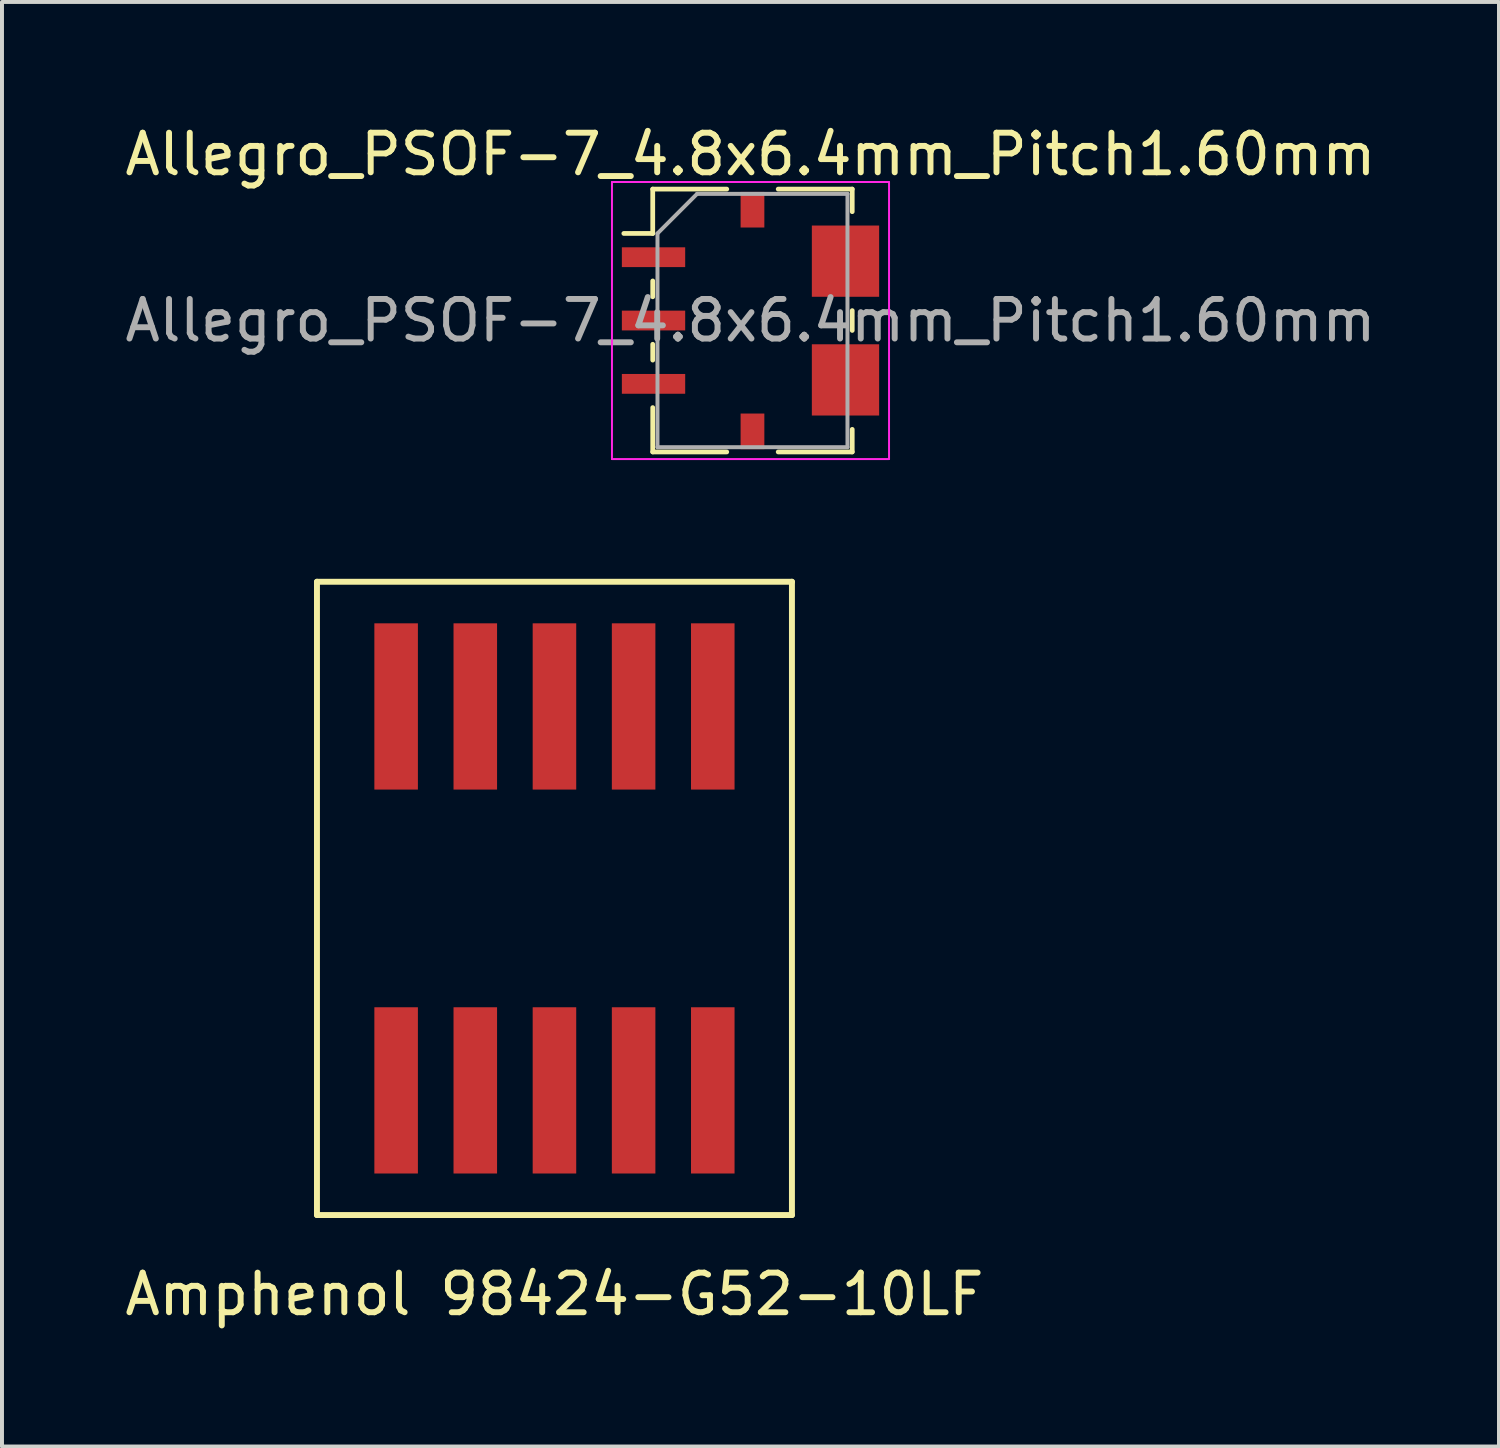
<source format=kicad_pcb>
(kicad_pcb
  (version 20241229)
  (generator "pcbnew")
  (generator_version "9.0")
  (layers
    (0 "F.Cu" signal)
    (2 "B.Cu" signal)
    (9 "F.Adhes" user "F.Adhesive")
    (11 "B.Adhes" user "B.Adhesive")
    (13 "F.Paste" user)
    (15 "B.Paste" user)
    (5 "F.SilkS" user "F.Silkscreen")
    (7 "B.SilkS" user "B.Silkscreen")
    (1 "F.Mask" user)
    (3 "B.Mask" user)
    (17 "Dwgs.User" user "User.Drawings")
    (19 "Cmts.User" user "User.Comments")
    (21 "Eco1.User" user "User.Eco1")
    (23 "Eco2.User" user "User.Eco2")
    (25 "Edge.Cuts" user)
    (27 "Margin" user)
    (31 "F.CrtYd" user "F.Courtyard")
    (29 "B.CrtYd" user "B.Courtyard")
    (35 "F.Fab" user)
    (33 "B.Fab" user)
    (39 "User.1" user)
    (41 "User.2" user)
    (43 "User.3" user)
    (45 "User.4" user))
  (footprint "Allegro_PSOF-7_4.8x6.4mm_Pitch1.60mm"
    (layer "F.Cu")
    (at 15.911 5.048)
    (property "Reference" "Allegro_PSOF-7_4.8x6.4mm_Pitch1.60mm" (at 0 -4.2 0) (layer "F.SilkS") (effects (font (size 1 1) (thickness 0.15))))
    (attr smd)
    (fp_line (start -2.47 -3.32) (end -2.47 -2.2) (stroke (width 0.12) (type solid)) (layer "F.SilkS"))
    (fp_line (start -2.47 -2.2) (end -3.2 -2.2) (stroke (width 0.12) (type solid)) (layer "F.SilkS"))
    (fp_line (start -2.47 -0.6) (end -2.47 -1) (stroke (width 0.12) (type solid)) (layer "F.SilkS"))
    (fp_line (start -2.47 0.6) (end -2.47 1) (stroke (width 0.12) (type solid)) (layer "F.SilkS"))
    (fp_line (start -2.47 3.32) (end -2.47 2.2) (stroke (width 0.12) (type solid)) (layer "F.SilkS"))
    (fp_line (start -0.6 -3.32) (end -2.47 -3.32) (stroke (width 0.12) (type solid)) (layer "F.SilkS"))
    (fp_line (start -0.6 3.32) (end -2.47 3.32) (stroke (width 0.12) (type solid)) (layer "F.SilkS"))
    (fp_line (start 2.57 -3.32) (end 0.7 -3.32) (stroke (width 0.12) (type solid)) (layer "F.SilkS"))
    (fp_line (start 2.57 -3.32) (end 2.57 -2.75) (stroke (width 0.12) (type solid)) (layer "F.SilkS"))
    (fp_line (start 2.57 0.25) (end 2.57 -0.25) (stroke (width 0.12) (type solid)) (layer "F.SilkS"))
    (fp_line (start 2.57 3.32) (end 0.7 3.32) (stroke (width 0.12) (type solid)) (layer "F.SilkS"))
    (fp_line (start 2.57 3.32) (end 2.57 2.75) (stroke (width 0.12) (type solid)) (layer "F.SilkS"))
    (fp_line (start -3.5 -3.5) (end 3.5 -3.5) (stroke (width 0.05) (type solid)) (layer "F.CrtYd"))
    (fp_line (start -3.5 3.5) (end -3.5 -3.5) (stroke (width 0.05) (type solid)) (layer "F.CrtYd"))
    (fp_line (start 3.5 -3.5) (end 3.5 3.5) (stroke (width 0.05) (type solid)) (layer "F.CrtYd"))
    (fp_line (start 3.5 3.5) (end -3.5 3.5) (stroke (width 0.05) (type solid)) (layer "F.CrtYd"))
    (fp_line (start -2.35 3.2) (end -2.35 -2.2) (stroke (width 0.1) (type solid)) (layer "F.Fab"))
    (fp_line (start -1.35 -3.2) (end -2.35 -2.2) (stroke (width 0.1) (type solid)) (layer "F.Fab"))
    (fp_line (start -1.35 -3.2) (end 2.45 -3.2) (stroke (width 0.1) (type solid)) (layer "F.Fab"))
    (fp_line (start 2.45 -3.2) (end 2.45 3.2) (stroke (width 0.1) (type solid)) (layer "F.Fab"))
    (fp_line (start 2.45 3.2) (end -2.35 3.2) (stroke (width 0.1) (type solid)) (layer "F.Fab"))
    (fp_text user "${REFERENCE}" (at 0 0 0) (layer "F.Fab") (effects (font (size 1 1) (thickness 0.15))))
    (pad "1" smd rect (at -2.45 -1.6) (size 1.6 0.5) (layers "F.Cu" "F.Mask" "F.Paste"))
    (pad "2" smd rect (at -2.45 0) (size 1.6 0.5) (layers "F.Cu" "F.Mask" "F.Paste"))
    (pad "3" smd rect (at -2.45 1.6) (size 1.6 0.5) (layers "F.Cu" "F.Mask" "F.Paste"))
    (pad "4" smd rect (at 0.05 2.8) (size 0.6 0.9) (layers "F.Cu" "F.Mask" "F.Paste"))
    (pad "5" smd rect (at 2.4 1.5) (size 1.7 1.8) (layers "F.Cu" "F.Mask" "F.Paste"))
    (pad "6" smd rect (at 2.4 -1.5) (size 1.7 1.8) (layers "F.Cu" "F.Mask" "F.Paste"))
    (pad "7" smd rect (at 0.05 -2.8) (size 0.6 0.9) (layers "F.Cu" "F.Mask" "F.Paste")))
  (footprint "Amphenol 98424-G52-10LF"
    (layer "F.Cu")
    (at 10.958 19.648)
    (property "Reference" "Amphenol 98424-G52-10LF" (at 0 10 0) (layer "F.SilkS") (effects (font (size 1 1) (thickness 0.15))))
    (attr through_hole)
    (fp_line (start -6 -8) (end 6 -8) (stroke (width 0.15) (type solid)) (layer "F.SilkS"))
    (fp_line (start -6 8) (end -6 -8) (stroke (width 0.15) (type solid)) (layer "F.SilkS"))
    (fp_line (start 6 -8) (end 6 8) (stroke (width 0.15) (type solid)) (layer "F.SilkS"))
    (fp_line (start 6 8) (end -6 8) (stroke (width 0.15) (type solid)) (layer "F.SilkS"))
    (pad "1" smd rect (at 4 -4.85) (size 1.1 4.2) (layers "F.Cu" "F.Mask" "F.Paste"))
    (pad "2" smd rect (at 4 4.85) (size 1.1 4.2) (layers "F.Cu" "F.Mask" "F.Paste"))
    (pad "3" smd rect (at 2 -4.85) (size 1.1 4.2) (layers "F.Cu" "F.Mask" "F.Paste"))
    (pad "4" smd rect (at 2 4.85) (size 1.1 4.2) (layers "F.Cu" "F.Mask" "F.Paste"))
    (pad "5" smd rect (at 0 -4.85) (size 1.1 4.2) (layers "F.Cu" "F.Mask" "F.Paste"))
    (pad "6" smd rect (at 0 4.85) (size 1.1 4.2) (layers "F.Cu" "F.Mask" "F.Paste"))
    (pad "7" smd rect (at -2 -4.85) (size 1.1 4.2) (layers "F.Cu" "F.Mask" "F.Paste"))
    (pad "8" smd rect (at -2 4.85) (size 1.1 4.2) (layers "F.Cu" "F.Mask" "F.Paste"))
    (pad "9" smd rect (at -4 -4.85) (size 1.1 4.2) (layers "F.Cu" "F.Mask" "F.Paste"))
    (pad "10" smd rect (at -4 4.85) (size 1.1 4.2) (layers "F.Cu" "F.Mask" "F.Paste")))
  (gr_rect
    (start -3 -3)
    (end 34.821 33.496)
    (stroke (width 0.1) (type default))
    (fill no)
    (layer "Edge.Cuts")))
</source>
